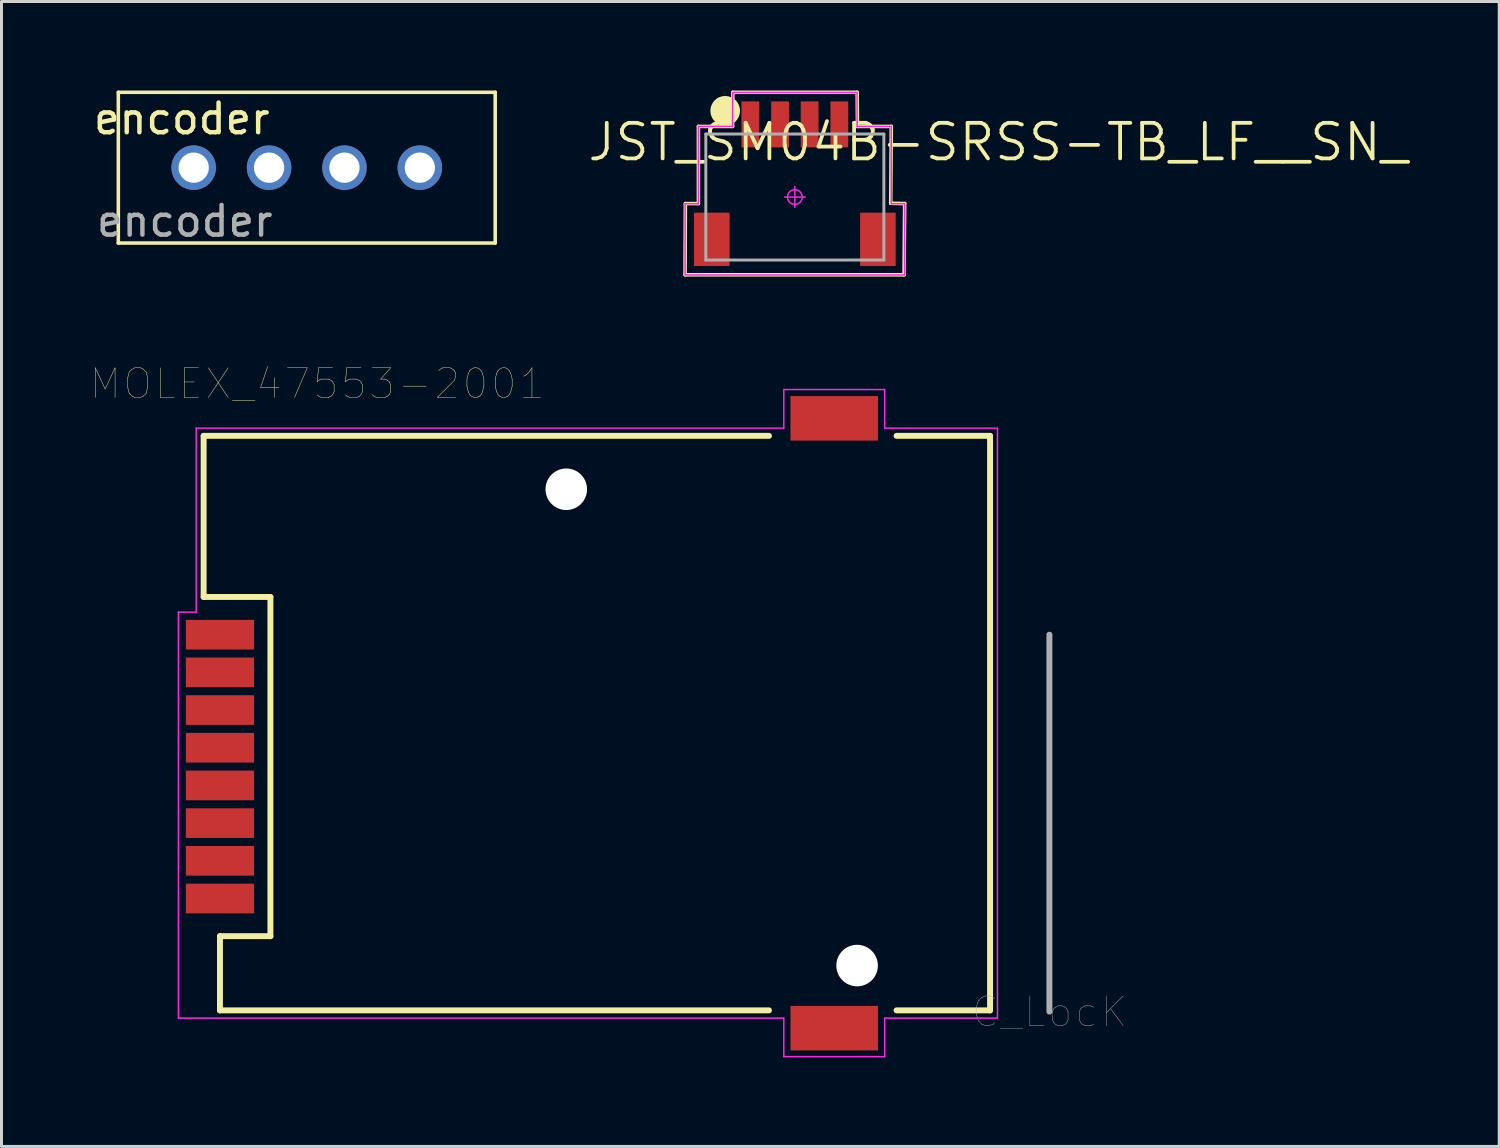
<source format=kicad_pcb>
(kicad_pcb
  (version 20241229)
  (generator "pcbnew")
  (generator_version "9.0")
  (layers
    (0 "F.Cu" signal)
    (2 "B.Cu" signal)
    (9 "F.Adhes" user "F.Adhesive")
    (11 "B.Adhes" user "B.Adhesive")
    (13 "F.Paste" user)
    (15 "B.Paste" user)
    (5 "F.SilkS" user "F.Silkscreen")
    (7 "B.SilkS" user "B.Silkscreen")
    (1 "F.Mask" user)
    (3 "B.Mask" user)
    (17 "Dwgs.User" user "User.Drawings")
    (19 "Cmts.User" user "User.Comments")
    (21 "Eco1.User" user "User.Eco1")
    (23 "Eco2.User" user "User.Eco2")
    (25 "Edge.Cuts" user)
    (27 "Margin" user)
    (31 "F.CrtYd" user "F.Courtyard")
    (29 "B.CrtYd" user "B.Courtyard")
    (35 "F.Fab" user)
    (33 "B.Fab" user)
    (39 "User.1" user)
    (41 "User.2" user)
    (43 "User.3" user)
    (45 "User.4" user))
  (footprint "MOLEX_47553-2001"
    (layer "F.Cu")
    (at 17.062 21.317)
    (property "Reference" "MOLEX_47553-2001" (at -9.425 -11.435 0) (layer "F.SilkS") (effects (font (size 1 1) (thickness 0.015))))
    (fp_line (start -13.25 -9.68) (end 5.8 -9.68) (stroke (width 0.2) (type solid)) (layer "F.SilkS"))
    (fp_line (start -13.25 -4.25) (end -13.25 -9.68) (stroke (width 0.2) (type solid)) (layer "F.SilkS"))
    (fp_line (start -12.7 7.18) (end -11 7.18) (stroke (width 0.2) (type solid)) (layer "F.SilkS"))
    (fp_line (start -12.7 9.68) (end -12.7 7.18) (stroke (width 0.2) (type solid)) (layer "F.SilkS"))
    (fp_line (start -11 -4.25) (end -13.25 -4.25) (stroke (width 0.2) (type solid)) (layer "F.SilkS"))
    (fp_line (start -11 7.18) (end -11 -4.25) (stroke (width 0.2) (type solid)) (layer "F.SilkS"))
    (fp_line (start 5.8 9.68) (end -12.7 9.68) (stroke (width 0.2) (type solid)) (layer "F.SilkS"))
    (fp_line (start 10.1 -9.68) (end 13.25 -9.68) (stroke (width 0.2) (type solid)) (layer "F.SilkS"))
    (fp_line (start 13.25 -9.68) (end 13.25 9.68) (stroke (width 0.2) (type solid)) (layer "F.SilkS"))
    (fp_line (start 13.25 9.68) (end 10.1 9.68) (stroke (width 0.2) (type solid)) (layer "F.SilkS"))
    (fp_line (start -14.1 -3.74) (end -13.5 -3.74) (stroke (width 0.05) (type solid)) (layer "F.CrtYd"))
    (fp_line (start -14.1 9.94) (end -14.1 -3.74) (stroke (width 0.05) (type solid)) (layer "F.CrtYd"))
    (fp_line (start -13.5 -9.94) (end 6.3 -9.94) (stroke (width 0.05) (type solid)) (layer "F.CrtYd"))
    (fp_line (start -13.5 -3.74) (end -13.5 -9.94) (stroke (width 0.05) (type solid)) (layer "F.CrtYd"))
    (fp_line (start 6.3 -11.24) (end 9.7 -11.24) (stroke (width 0.05) (type solid)) (layer "F.CrtYd"))
    (fp_line (start 6.3 -9.94) (end 6.3 -11.24) (stroke (width 0.05) (type solid)) (layer "F.CrtYd"))
    (fp_line (start 6.3 9.94) (end -14.1 9.94) (stroke (width 0.05) (type solid)) (layer "F.CrtYd"))
    (fp_line (start 6.3 11.24) (end 6.3 9.94) (stroke (width 0.05) (type solid)) (layer "F.CrtYd"))
    (fp_line (start 9.7 -11.24) (end 9.7 -9.94) (stroke (width 0.05) (type solid)) (layer "F.CrtYd"))
    (fp_line (start 9.7 -9.94) (end 13.5 -9.94) (stroke (width 0.05) (type solid)) (layer "F.CrtYd"))
    (fp_line (start 9.7 9.94) (end 9.7 11.24) (stroke (width 0.05) (type solid)) (layer "F.CrtYd"))
    (fp_line (start 9.7 11.24) (end 6.3 11.24) (stroke (width 0.05) (type solid)) (layer "F.CrtYd"))
    (fp_line (start 13.5 -9.94) (end 13.5 9.94) (stroke (width 0.05) (type solid)) (layer "F.CrtYd"))
    (fp_line (start 13.5 9.94) (end 9.7 9.94) (stroke (width 0.05) (type solid)) (layer "F.CrtYd"))
    (fp_line (start 15.25 -2.98) (end 15.25 9.72) (stroke (width 0.2) (type solid)) (layer "F.Fab"))
    (fp_text user "C_LocK" (at 15.259 9.732 0) (layer "F.Fab") (effects (font (size 1.001 1.001) (thickness 0.015))))
    (pad "" np_thru_hole circle (at -1.03 -7.88) (size 1.4 1.4) (drill 1.4) (layers "*.Cu" "*.Mask"))
    (pad "" np_thru_hole circle (at 8.77 8.17) (size 1.4 1.4) (drill 1.4) (layers "*.Cu" "*.Mask"))
    (pad "1" smd rect (at 8 10.28) (size 2.95 1.5) (layers "F.Cu" "F.Mask" "F.Paste"))
    (pad "2" smd rect (at 8 -10.27) (size 2.95 1.5) (layers "F.Cu" "F.Mask" "F.Paste"))
    (pad "C1" smd rect (at -12.7 -2.98) (size 2.3 1) (layers "F.Cu" "F.Mask" "F.Paste"))
    (pad "C2" smd rect (at -12.7 -0.44) (size 2.3 1) (layers "F.Cu" "F.Mask" "F.Paste"))
    (pad "C3" smd rect (at -12.7 2.1) (size 2.3 1) (layers "F.Cu" "F.Mask" "F.Paste"))
    (pad "C5" smd rect (at -12.7 -1.71) (size 2.3 1) (layers "F.Cu" "F.Mask" "F.Paste"))
    (pad "C6" smd rect (at -12.7 0.83) (size 2.3 1) (layers "F.Cu" "F.Mask" "F.Paste"))
    (pad "C7" smd rect (at -12.7 3.37) (size 2.3 1) (layers "F.Cu" "F.Mask" "F.Paste"))
    (pad "CD1" smd rect (at -12.7 4.64) (size 2.3 1) (layers "F.Cu" "F.Mask" "F.Paste"))
    (pad "CD2" smd rect (at -12.7 5.91) (size 2.3 1) (layers "F.Cu" "F.Mask" "F.Paste")))
  (footprint "JST_SM04B-SRSS-TB_LF__SN_"
    (layer "F.Cu")
    (at 23.734 3.59)
    (property "Reference" "JST_SM04B-SRSS-TB_LF__SN_" (at 6.85 -1.85 0) (layer "F.SilkS") (effects (font (size 1.199 1.199) (thickness 0.127))))
    (attr smd)
    (fp_line (start -3.699 2.62) (end -3.689 0.22) (stroke (width 0.12) (type solid)) (layer "F.SilkS"))
    (fp_line (start -3.689 0.22) (end -3.249 0.22) (stroke (width 0.12) (type solid)) (layer "F.SilkS"))
    (fp_line (start -3.249 -2.38) (end -2.099 -2.38) (stroke (width 0.12) (type solid)) (layer "F.SilkS"))
    (fp_line (start -3.249 0.22) (end -3.249 -2.38) (stroke (width 0.12) (type solid)) (layer "F.SilkS"))
    (fp_line (start -2.099 -2.38) (end -2.089 -3.53) (stroke (width 0.12) (type solid)) (layer "F.SilkS"))
    (fp_line (start -2.089 -3.53) (end 2.101 -3.53) (stroke (width 0.12) (type solid)) (layer "F.SilkS"))
    (fp_line (start 2.101 -3.53) (end 2.111 -2.38) (stroke (width 0.12) (type solid)) (layer "F.SilkS"))
    (fp_line (start 2.111 -2.38) (end 3.251 -2.38) (stroke (width 0.12) (type solid)) (layer "F.SilkS"))
    (fp_line (start 3.231 0.21) (end 3.701 0.22) (stroke (width 0.12) (type solid)) (layer "F.SilkS"))
    (fp_line (start 3.251 -2.38) (end 3.231 0.21) (stroke (width 0.12) (type solid)) (layer "F.SilkS"))
    (fp_line (start 3.681 2.62) (end -3.699 2.62) (stroke (width 0.12) (type solid)) (layer "F.SilkS"))
    (fp_line (start 3.701 0.22) (end 3.681 2.62) (stroke (width 0.12) (type solid)) (layer "F.SilkS"))
    (fp_circle (center -2.347 -2.906) (end -2.347 -2.906) (stroke (width 0.5) (type solid)) (fill no) (layer "F.SilkS"))
    (fp_line (start -3.698 0.224) (end -3.698 2.624) (stroke (width 0.05) (type solid)) (layer "F.CrtYd"))
    (fp_line (start -3.698 2.624) (end 3.698 2.624) (stroke (width 0.05) (type solid)) (layer "F.CrtYd"))
    (fp_line (start -3.249 -2.38) (end -3.249 0.224) (stroke (width 0.05) (type solid)) (layer "F.CrtYd"))
    (fp_line (start -3.249 0.224) (end -3.698 0.224) (stroke (width 0.05) (type solid)) (layer "F.CrtYd"))
    (fp_line (start -2.098 -3.523) (end -2.098 -2.38) (stroke (width 0.05) (type solid)) (layer "F.CrtYd"))
    (fp_line (start -2.098 -2.38) (end -3.249 -2.38) (stroke (width 0.05) (type solid)) (layer "F.CrtYd"))
    (fp_line (start 0 -0.348) (end 0 0.348) (stroke (width 0.05) (type solid)) (layer "F.CrtYd"))
    (fp_line (start 0.348 0) (end -0.348 0) (stroke (width 0.05) (type solid)) (layer "F.CrtYd"))
    (fp_line (start 2.098 -3.523) (end -2.098 -3.523) (stroke (width 0.05) (type solid)) (layer "F.CrtYd"))
    (fp_line (start 2.098 -2.38) (end 2.098 -3.523) (stroke (width 0.05) (type solid)) (layer "F.CrtYd"))
    (fp_line (start 3.249 -2.38) (end 2.098 -2.38) (stroke (width 0.05) (type solid)) (layer "F.CrtYd"))
    (fp_line (start 3.249 0.224) (end 3.249 -2.38) (stroke (width 0.05) (type solid)) (layer "F.CrtYd"))
    (fp_line (start 3.698 0.224) (end 3.249 0.224) (stroke (width 0.05) (type solid)) (layer "F.CrtYd"))
    (fp_line (start 3.698 2.624) (end 3.698 0.224) (stroke (width 0.05) (type solid)) (layer "F.CrtYd"))
    (fp_circle (center 0 0) (end 0.249 0) (stroke (width 0.05) (type solid)) (fill no) (layer "F.CrtYd"))
    (fp_line (start -3 -2.123) (end 3 -2.123) (stroke (width 0.1) (type solid)) (layer "F.Fab"))
    (fp_line (start -3 2.123) (end -3 -2.123) (stroke (width 0.1) (type solid)) (layer "F.Fab"))
    (fp_line (start 3 -2.123) (end 3 2.123) (stroke (width 0.1) (type solid)) (layer "F.Fab"))
    (fp_line (start 3 2.123) (end -3 2.123) (stroke (width 0.1) (type solid)) (layer "F.Fab"))
    (pad "1" smd rect (at -1.499 -2.449) (size 0.599 1.549) (layers "F.Cu" "F.Mask" "F.Paste"))
    (pad "2" smd rect (at -0.498 -2.449) (size 0.599 1.549) (layers "F.Cu" "F.Mask" "F.Paste"))
    (pad "3" smd rect (at 0.498 -2.449) (size 0.599 1.549) (layers "F.Cu" "F.Mask" "F.Paste"))
    (pad "4" smd rect (at 1.499 -2.449) (size 0.599 1.549) (layers "F.Cu" "F.Mask" "F.Paste"))
    (pad "M" smd rect (at -2.799 1.425) (size 1.199 1.798) (layers "F.Cu" "F.Mask" "F.Paste"))
    (pad "N" smd rect (at 2.799 1.425) (size 1.199 1.798) (layers "F.Cu" "F.Mask" "F.Paste")))
  (footprint "encoder"
    (layer "F.Cu")
    (at 3.477 2.6)
    (property "Reference" "encoder" (at -0.4 -1.65 0) (unlocked yes) (layer "F.SilkS") (effects (font (size 1 1) (thickness 0.15))))
    (fp_line (start -2.54 -2.54) (end 10.16 -2.54) (stroke (width 0.12) (type solid)) (layer "F.SilkS"))
    (fp_line (start -2.54 2.54) (end -2.54 -2.54) (stroke (width 0.12) (type solid)) (layer "F.SilkS"))
    (fp_line (start 10.16 -2.54) (end 10.16 2.54) (stroke (width 0.12) (type solid)) (layer "F.SilkS"))
    (fp_line (start 10.16 2.54) (end -2.54 2.54) (stroke (width 0.12) (type solid)) (layer "F.SilkS"))
    (fp_text user "${REFERENCE}" (at -0.3 1.8 0) (unlocked yes) (layer "F.Fab") (effects (font (size 1 1) (thickness 0.15))))
    (pad "1" thru_hole circle (at 0 0) (size 1.5 1.5) (drill 1.02) (layers "*.Cu" "*.Mask"))
    (pad "2" thru_hole circle (at 2.54 0) (size 1.5 1.5) (drill 1.02) (layers "*.Cu" "*.Mask"))
    (pad "3" thru_hole circle (at 5.08 0) (size 1.5 1.5) (drill 1.02) (layers "*.Cu" "*.Mask"))
    (pad "4" thru_hole circle (at 7.62 0) (size 1.5 1.5) (drill 1.02) (layers "*.Cu" "*.Mask")))
  (gr_rect
    (start -3 -3)
    (end 47.47 35.582)
    (stroke (width 0.1) (type default))
    (fill no)
    (layer "Edge.Cuts")))
</source>
